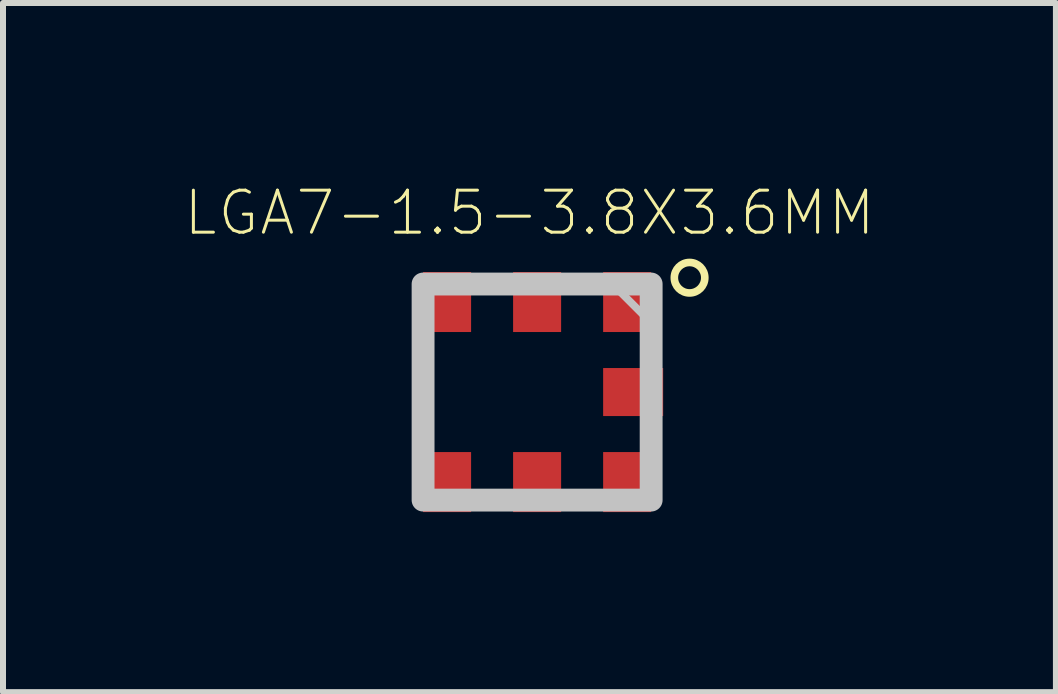
<source format=kicad_pcb>
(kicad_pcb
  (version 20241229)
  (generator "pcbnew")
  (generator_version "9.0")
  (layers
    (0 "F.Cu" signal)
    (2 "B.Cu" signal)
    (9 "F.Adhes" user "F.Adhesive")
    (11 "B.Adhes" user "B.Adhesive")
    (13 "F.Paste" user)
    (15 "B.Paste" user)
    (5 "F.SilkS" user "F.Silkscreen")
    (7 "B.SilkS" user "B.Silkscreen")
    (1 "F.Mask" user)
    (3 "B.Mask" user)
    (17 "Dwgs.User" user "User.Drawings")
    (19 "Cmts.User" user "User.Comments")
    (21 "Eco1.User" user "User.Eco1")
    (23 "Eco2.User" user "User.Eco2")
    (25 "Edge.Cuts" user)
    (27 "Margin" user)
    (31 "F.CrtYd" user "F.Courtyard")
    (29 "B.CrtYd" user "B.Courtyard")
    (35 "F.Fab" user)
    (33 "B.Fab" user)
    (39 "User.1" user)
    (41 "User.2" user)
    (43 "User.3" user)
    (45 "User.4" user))
  (footprint "LGA7-1.5-3.8X3.6MM"
    (layer "F.Cu")
    (at 5.899 3.482)
    (property "Reference" "LGA7-1.5-3.8X3.6MM" (at -0.127 -2.985 0) (layer "F.SilkS") (effects (font (size 0.7 0.7) (thickness 0.05))))
    (attr smd)
    (fp_line (start -1.9 -0.9) (end -1.9 0.8) (stroke (width 0.127) (type solid)) (layer "F.SilkS"))
    (fp_line (start -1 -1.8) (end -0.5 -1.8) (stroke (width 0.127) (type solid)) (layer "F.SilkS"))
    (fp_line (start -1 1.8) (end -0.5 1.8) (stroke (width 0.127) (type solid)) (layer "F.SilkS"))
    (fp_line (start 0.5 -1.8) (end 1 -1.8) (stroke (width 0.127) (type solid)) (layer "F.SilkS"))
    (fp_line (start 0.5 1.8) (end 1 1.8) (stroke (width 0.127) (type solid)) (layer "F.SilkS"))
    (fp_line (start 1.9 -0.5) (end 1.9 -0.9) (stroke (width 0.127) (type solid)) (layer "F.SilkS"))
    (fp_line (start 1.9 0.9) (end 1.9 0.5) (stroke (width 0.127) (type solid)) (layer "F.SilkS"))
    (fp_circle (center 2.54 -1.905) (end 2.794 -1.905) (stroke (width 0.127) (type solid)) (fill no) (layer "F.SilkS"))
    (fp_line (start -1.9 -1.8) (end 1.255 -1.8) (stroke (width 0.127) (type solid)) (layer "Dwgs.User"))
    (fp_line (start -1.9 1.8) (end -1.9 -1.8) (stroke (width 0.127) (type solid)) (layer "Dwgs.User"))
    (fp_line (start 1.255 -1.8) (end 1.9 -1.155) (stroke (width 0.127) (type solid)) (layer "Dwgs.User"))
    (fp_line (start 1.9 -1.155) (end 1.9 1.8) (stroke (width 0.127) (type solid)) (layer "Dwgs.User"))
    (fp_line (start 1.9 1.8) (end -1.9 1.8) (stroke (width 0.127) (type solid)) (layer "Dwgs.User"))
    (fp_poly (pts (xy -1.9 -1.8) (xy 1.9 -1.8) (xy 1.9 1.8) (xy -1.9 1.8)) (stroke (width 0.381) (type solid)) (fill no) (layer "Dwgs.User"))
    (pad "1" smd rect (at 1.5 -1.5 90) (size 1 0.8) (layers "F.Cu" "F.Mask" "F.Paste"))
    (pad "2" smd rect (at 0 -1.5 90) (size 1 0.8) (layers "F.Cu" "F.Mask" "F.Paste"))
    (pad "3" smd rect (at -1.5 -1.5 90) (size 1 0.8) (layers "F.Cu" "F.Mask" "F.Paste"))
    (pad "4" smd rect (at -1.5 1.5 90) (size 1 0.8) (layers "F.Cu" "F.Mask" "F.Paste"))
    (pad "5" smd rect (at 0 1.5 90) (size 1 0.8) (layers "F.Cu" "F.Mask" "F.Paste"))
    (pad "6" smd rect (at 1.5 1.5 90) (size 1 0.8) (layers "F.Cu" "F.Mask" "F.Paste"))
    (pad "7" smd rect (at 1.6 0) (size 1 0.8) (layers "F.Cu" "F.Mask" "F.Paste")))
  (gr_rect
    (start -3 -3)
    (end 14.543 8.482)
    (stroke (width 0.1) (type default))
    (fill no)
    (layer "Edge.Cuts")))
</source>
